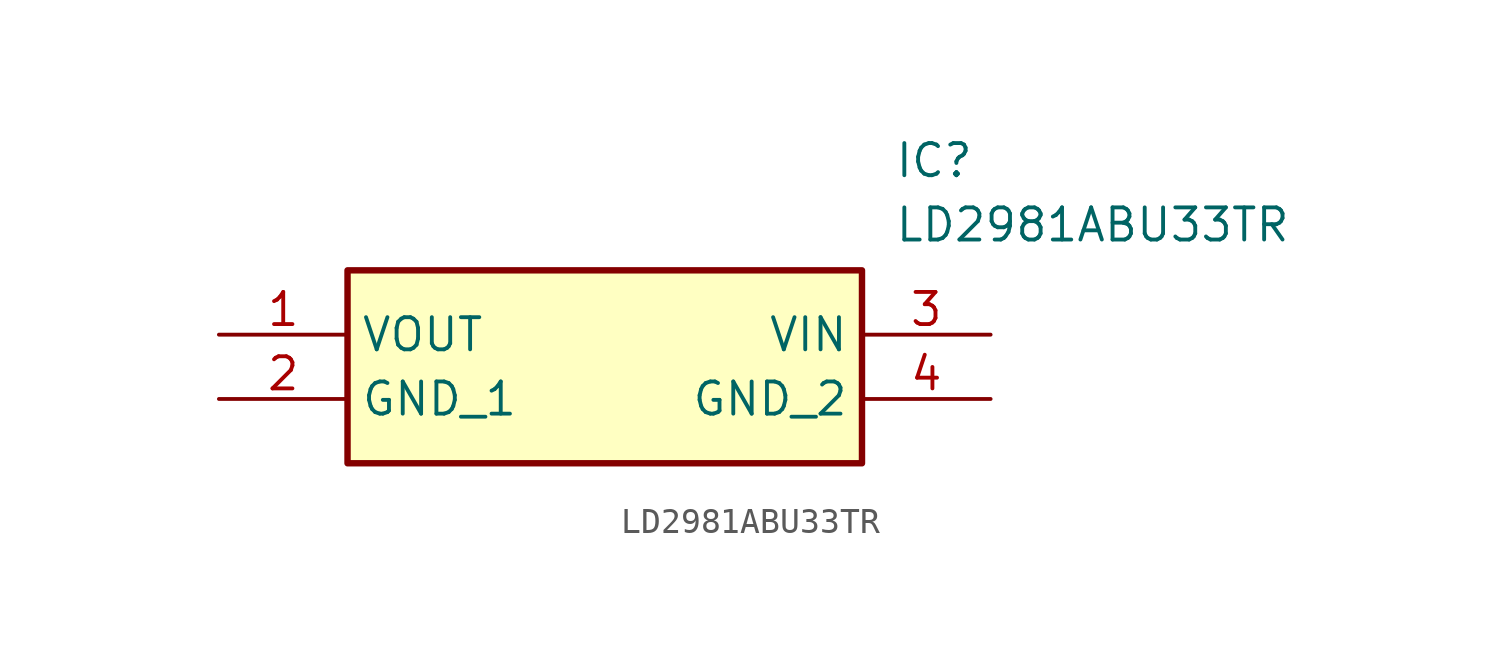
<source format=kicad_sym>
(kicad_symbol_lib
  (version 20211014)
  (generator SamacSys_ECAD_Model)
  (symbol "LD2981ABU33TR"
    (property "Reference" "IC"
      (at 26.67 7.62 0)
      (effects (font (size 1.27 1.27)) (justify left top)))
    (property "Value" "LD2981ABU33TR"
      (at 26.67 5.08 0)
      (effects (font (size 1.27 1.27)) (justify left top)))
    (rectangle
      (start 5.08 2.54)
      (end 25.4 -5.08)
      (stroke (width 0.254) (type default))
      (fill (type background)))
    (pin passive line
      (at 0 0 0)
      (length 5.08)
      (name "VOUT" (effects (font (size 1.27 1.27))))
      (number "1" (effects (font (size 1.27 1.27)))))
    (pin passive line
      (at 0 -2.54 0)
      (length 5.08)
      (name "GND_1" (effects (font (size 1.27 1.27))))
      (number "2" (effects (font (size 1.27 1.27)))))
    (pin passive line
      (at 30.48 0 180)
      (length 5.08)
      (name "VIN" (effects (font (size 1.27 1.27))))
      (number "3" (effects (font (size 1.27 1.27)))))
    (pin passive line
      (at 30.48 -2.54 180)
      (length 5.08)
      (name "GND_2" (effects (font (size 1.27 1.27))))
      (number "4" (effects (font (size 1.27 1.27)))))))
</source>
